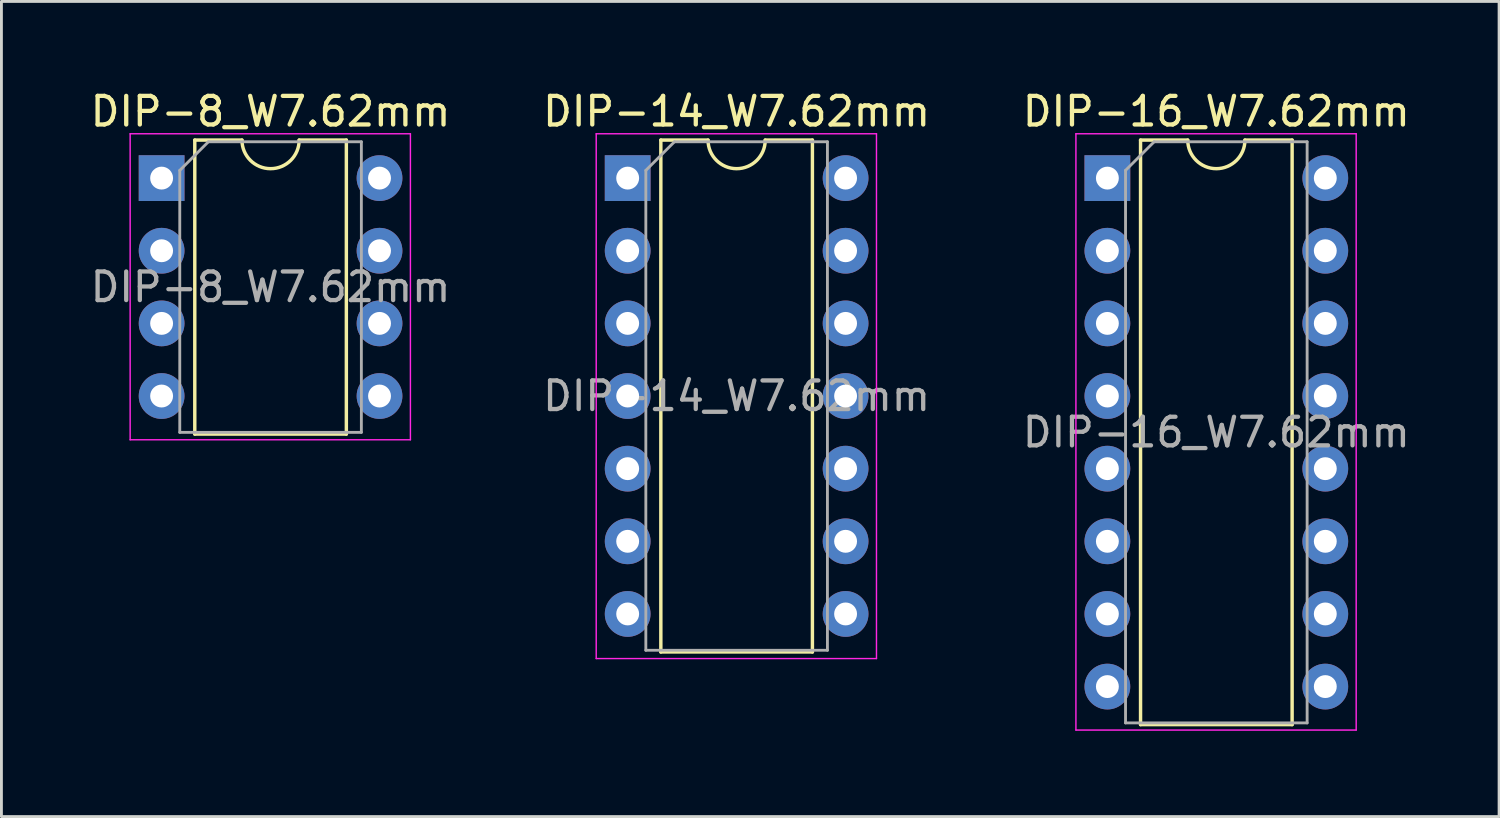
<source format=kicad_pcb>
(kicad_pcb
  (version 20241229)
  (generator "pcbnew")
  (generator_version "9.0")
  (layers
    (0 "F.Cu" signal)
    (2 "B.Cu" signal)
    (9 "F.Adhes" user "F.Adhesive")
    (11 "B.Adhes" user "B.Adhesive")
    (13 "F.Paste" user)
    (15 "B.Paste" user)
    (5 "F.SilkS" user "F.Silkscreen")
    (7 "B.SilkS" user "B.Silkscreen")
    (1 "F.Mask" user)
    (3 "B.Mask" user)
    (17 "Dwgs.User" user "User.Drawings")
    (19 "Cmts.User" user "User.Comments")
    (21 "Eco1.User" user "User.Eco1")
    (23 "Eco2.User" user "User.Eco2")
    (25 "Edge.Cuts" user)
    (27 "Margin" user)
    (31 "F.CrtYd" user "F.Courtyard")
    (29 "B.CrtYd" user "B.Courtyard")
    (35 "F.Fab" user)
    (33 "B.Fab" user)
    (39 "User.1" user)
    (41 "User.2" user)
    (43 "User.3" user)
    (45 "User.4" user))
  (footprint "DIP-14_W7.62mm"
    (layer "F.Cu")
    (at 18.898 3.178)
    (property "Reference" "DIP-14_W7.62mm" (at 3.81 -2.33 0) (layer "F.SilkS") (effects (font (size 1 1) (thickness 0.15))))
    (attr through_hole)
    (fp_line (start 1.16 -1.33) (end 1.16 16.57) (stroke (width 0.12) (type solid)) (layer "F.SilkS"))
    (fp_line (start 1.16 16.57) (end 6.46 16.57) (stroke (width 0.12) (type solid)) (layer "F.SilkS"))
    (fp_line (start 2.81 -1.33) (end 1.16 -1.33) (stroke (width 0.12) (type solid)) (layer "F.SilkS"))
    (fp_line (start 6.46 -1.33) (end 4.81 -1.33) (stroke (width 0.12) (type solid)) (layer "F.SilkS"))
    (fp_line (start 6.46 16.57) (end 6.46 -1.33) (stroke (width 0.12) (type solid)) (layer "F.SilkS"))
    (fp_arc (start 4.81 -1.33) (mid 3.81 -0.33) (end 2.81 -1.33) (stroke (width 0.12) (type solid)) (layer "F.SilkS"))
    (fp_line (start -1.1 -1.55) (end -1.1 16.8) (stroke (width 0.05) (type solid)) (layer "F.CrtYd"))
    (fp_line (start -1.1 16.8) (end 8.7 16.8) (stroke (width 0.05) (type solid)) (layer "F.CrtYd"))
    (fp_line (start 8.7 -1.55) (end -1.1 -1.55) (stroke (width 0.05) (type solid)) (layer "F.CrtYd"))
    (fp_line (start 8.7 16.8) (end 8.7 -1.55) (stroke (width 0.05) (type solid)) (layer "F.CrtYd"))
    (fp_line (start 0.635 -0.27) (end 1.635 -1.27) (stroke (width 0.1) (type solid)) (layer "F.Fab"))
    (fp_line (start 0.635 16.51) (end 0.635 -0.27) (stroke (width 0.1) (type solid)) (layer "F.Fab"))
    (fp_line (start 1.635 -1.27) (end 6.985 -1.27) (stroke (width 0.1) (type solid)) (layer "F.Fab"))
    (fp_line (start 6.985 -1.27) (end 6.985 16.51) (stroke (width 0.1) (type solid)) (layer "F.Fab"))
    (fp_line (start 6.985 16.51) (end 0.635 16.51) (stroke (width 0.1) (type solid)) (layer "F.Fab"))
    (fp_text user "${REFERENCE}" (at 3.81 7.62 0) (layer "F.Fab") (effects (font (size 1 1) (thickness 0.15))))
    (pad "1" thru_hole rect (at 0 0) (size 1.6 1.6) (drill 0.8) (layers "*.Cu" "*.Mask"))
    (pad "2" thru_hole oval (at 0 2.54) (size 1.6 1.6) (drill 0.8) (layers "*.Cu" "*.Mask"))
    (pad "3" thru_hole oval (at 0 5.08) (size 1.6 1.6) (drill 0.8) (layers "*.Cu" "*.Mask"))
    (pad "4" thru_hole oval (at 0 7.62) (size 1.6 1.6) (drill 0.8) (layers "*.Cu" "*.Mask"))
    (pad "5" thru_hole oval (at 0 10.16) (size 1.6 1.6) (drill 0.8) (layers "*.Cu" "*.Mask"))
    (pad "6" thru_hole oval (at 0 12.7) (size 1.6 1.6) (drill 0.8) (layers "*.Cu" "*.Mask"))
    (pad "7" thru_hole oval (at 0 15.24) (size 1.6 1.6) (drill 0.8) (layers "*.Cu" "*.Mask"))
    (pad "8" thru_hole oval (at 7.62 15.24) (size 1.6 1.6) (drill 0.8) (layers "*.Cu" "*.Mask"))
    (pad "9" thru_hole oval (at 7.62 12.7) (size 1.6 1.6) (drill 0.8) (layers "*.Cu" "*.Mask"))
    (pad "10" thru_hole oval (at 7.62 10.16) (size 1.6 1.6) (drill 0.8) (layers "*.Cu" "*.Mask"))
    (pad "11" thru_hole oval (at 7.62 7.62) (size 1.6 1.6) (drill 0.8) (layers "*.Cu" "*.Mask"))
    (pad "12" thru_hole oval (at 7.62 5.08) (size 1.6 1.6) (drill 0.8) (layers "*.Cu" "*.Mask"))
    (pad "13" thru_hole oval (at 7.62 2.54) (size 1.6 1.6) (drill 0.8) (layers "*.Cu" "*.Mask"))
    (pad "14" thru_hole oval (at 7.62 0) (size 1.6 1.6) (drill 0.8) (layers "*.Cu" "*.Mask")))
  (footprint "DIP-16_W7.62mm"
    (layer "F.Cu")
    (at 35.672 3.178)
    (property "Reference" "DIP-16_W7.62mm" (at 3.81 -2.33 0) (layer "F.SilkS") (effects (font (size 1 1) (thickness 0.15))))
    (attr through_hole)
    (fp_line (start 1.16 -1.33) (end 1.16 19.11) (stroke (width 0.12) (type solid)) (layer "F.SilkS"))
    (fp_line (start 1.16 19.11) (end 6.46 19.11) (stroke (width 0.12) (type solid)) (layer "F.SilkS"))
    (fp_line (start 2.81 -1.33) (end 1.16 -1.33) (stroke (width 0.12) (type solid)) (layer "F.SilkS"))
    (fp_line (start 6.46 -1.33) (end 4.81 -1.33) (stroke (width 0.12) (type solid)) (layer "F.SilkS"))
    (fp_line (start 6.46 19.11) (end 6.46 -1.33) (stroke (width 0.12) (type solid)) (layer "F.SilkS"))
    (fp_arc (start 4.81 -1.33) (mid 3.81 -0.33) (end 2.81 -1.33) (stroke (width 0.12) (type solid)) (layer "F.SilkS"))
    (fp_line (start -1.1 -1.55) (end -1.1 19.3) (stroke (width 0.05) (type solid)) (layer "F.CrtYd"))
    (fp_line (start -1.1 19.3) (end 8.7 19.3) (stroke (width 0.05) (type solid)) (layer "F.CrtYd"))
    (fp_line (start 8.7 -1.55) (end -1.1 -1.55) (stroke (width 0.05) (type solid)) (layer "F.CrtYd"))
    (fp_line (start 8.7 19.3) (end 8.7 -1.55) (stroke (width 0.05) (type solid)) (layer "F.CrtYd"))
    (fp_line (start 0.635 -0.27) (end 1.635 -1.27) (stroke (width 0.1) (type solid)) (layer "F.Fab"))
    (fp_line (start 0.635 19.05) (end 0.635 -0.27) (stroke (width 0.1) (type solid)) (layer "F.Fab"))
    (fp_line (start 1.635 -1.27) (end 6.985 -1.27) (stroke (width 0.1) (type solid)) (layer "F.Fab"))
    (fp_line (start 6.985 -1.27) (end 6.985 19.05) (stroke (width 0.1) (type solid)) (layer "F.Fab"))
    (fp_line (start 6.985 19.05) (end 0.635 19.05) (stroke (width 0.1) (type solid)) (layer "F.Fab"))
    (fp_text user "${REFERENCE}" (at 3.81 8.89 0) (layer "F.Fab") (effects (font (size 1 1) (thickness 0.15))))
    (pad "1" thru_hole rect (at 0 0) (size 1.6 1.6) (drill 0.8) (layers "*.Cu" "*.Mask"))
    (pad "2" thru_hole oval (at 0 2.54) (size 1.6 1.6) (drill 0.8) (layers "*.Cu" "*.Mask"))
    (pad "3" thru_hole oval (at 0 5.08) (size 1.6 1.6) (drill 0.8) (layers "*.Cu" "*.Mask"))
    (pad "4" thru_hole oval (at 0 7.62) (size 1.6 1.6) (drill 0.8) (layers "*.Cu" "*.Mask"))
    (pad "5" thru_hole oval (at 0 10.16) (size 1.6 1.6) (drill 0.8) (layers "*.Cu" "*.Mask"))
    (pad "6" thru_hole oval (at 0 12.7) (size 1.6 1.6) (drill 0.8) (layers "*.Cu" "*.Mask"))
    (pad "7" thru_hole oval (at 0 15.24) (size 1.6 1.6) (drill 0.8) (layers "*.Cu" "*.Mask"))
    (pad "8" thru_hole oval (at 0 17.78) (size 1.6 1.6) (drill 0.8) (layers "*.Cu" "*.Mask"))
    (pad "9" thru_hole oval (at 7.62 17.78) (size 1.6 1.6) (drill 0.8) (layers "*.Cu" "*.Mask"))
    (pad "10" thru_hole oval (at 7.62 15.24) (size 1.6 1.6) (drill 0.8) (layers "*.Cu" "*.Mask"))
    (pad "11" thru_hole oval (at 7.62 12.7) (size 1.6 1.6) (drill 0.8) (layers "*.Cu" "*.Mask"))
    (pad "12" thru_hole oval (at 7.62 10.16) (size 1.6 1.6) (drill 0.8) (layers "*.Cu" "*.Mask"))
    (pad "13" thru_hole oval (at 7.62 7.62) (size 1.6 1.6) (drill 0.8) (layers "*.Cu" "*.Mask"))
    (pad "14" thru_hole oval (at 7.62 5.08) (size 1.6 1.6) (drill 0.8) (layers "*.Cu" "*.Mask"))
    (pad "15" thru_hole oval (at 7.62 2.54) (size 1.6 1.6) (drill 0.8) (layers "*.Cu" "*.Mask"))
    (pad "16" thru_hole oval (at 7.62 0) (size 1.6 1.6) (drill 0.8) (layers "*.Cu" "*.Mask")))
  (footprint "DIP-8_W7.62mm"
    (layer "F.Cu")
    (at 2.601 3.178)
    (property "Reference" "DIP-8_W7.62mm" (at 3.81 -2.33 0) (layer "F.SilkS") (effects (font (size 1 1) (thickness 0.15))))
    (attr through_hole)
    (fp_line (start 1.16 -1.33) (end 1.16 8.95) (stroke (width 0.12) (type solid)) (layer "F.SilkS"))
    (fp_line (start 1.16 8.95) (end 6.46 8.95) (stroke (width 0.12) (type solid)) (layer "F.SilkS"))
    (fp_line (start 2.81 -1.33) (end 1.16 -1.33) (stroke (width 0.12) (type solid)) (layer "F.SilkS"))
    (fp_line (start 6.46 -1.33) (end 4.81 -1.33) (stroke (width 0.12) (type solid)) (layer "F.SilkS"))
    (fp_line (start 6.46 8.95) (end 6.46 -1.33) (stroke (width 0.12) (type solid)) (layer "F.SilkS"))
    (fp_arc (start 4.81 -1.33) (mid 3.81 -0.33) (end 2.81 -1.33) (stroke (width 0.12) (type solid)) (layer "F.SilkS"))
    (fp_line (start -1.1 -1.55) (end -1.1 9.15) (stroke (width 0.05) (type solid)) (layer "F.CrtYd"))
    (fp_line (start -1.1 9.15) (end 8.7 9.15) (stroke (width 0.05) (type solid)) (layer "F.CrtYd"))
    (fp_line (start 8.7 -1.55) (end -1.1 -1.55) (stroke (width 0.05) (type solid)) (layer "F.CrtYd"))
    (fp_line (start 8.7 9.15) (end 8.7 -1.55) (stroke (width 0.05) (type solid)) (layer "F.CrtYd"))
    (fp_line (start 0.635 -0.27) (end 1.635 -1.27) (stroke (width 0.1) (type solid)) (layer "F.Fab"))
    (fp_line (start 0.635 8.89) (end 0.635 -0.27) (stroke (width 0.1) (type solid)) (layer "F.Fab"))
    (fp_line (start 1.635 -1.27) (end 6.985 -1.27) (stroke (width 0.1) (type solid)) (layer "F.Fab"))
    (fp_line (start 6.985 -1.27) (end 6.985 8.89) (stroke (width 0.1) (type solid)) (layer "F.Fab"))
    (fp_line (start 6.985 8.89) (end 0.635 8.89) (stroke (width 0.1) (type solid)) (layer "F.Fab"))
    (fp_text user "${REFERENCE}" (at 3.81 3.81 0) (layer "F.Fab") (effects (font (size 1 1) (thickness 0.15))))
    (pad "1" thru_hole rect (at 0 0) (size 1.6 1.6) (drill 0.8) (layers "*.Cu" "*.Mask"))
    (pad "2" thru_hole oval (at 0 2.54) (size 1.6 1.6) (drill 0.8) (layers "*.Cu" "*.Mask"))
    (pad "3" thru_hole oval (at 0 5.08) (size 1.6 1.6) (drill 0.8) (layers "*.Cu" "*.Mask"))
    (pad "4" thru_hole oval (at 0 7.62) (size 1.6 1.6) (drill 0.8) (layers "*.Cu" "*.Mask"))
    (pad "5" thru_hole oval (at 7.62 7.62) (size 1.6 1.6) (drill 0.8) (layers "*.Cu" "*.Mask"))
    (pad "6" thru_hole oval (at 7.62 5.08) (size 1.6 1.6) (drill 0.8) (layers "*.Cu" "*.Mask"))
    (pad "7" thru_hole oval (at 7.62 2.54) (size 1.6 1.6) (drill 0.8) (layers "*.Cu" "*.Mask"))
    (pad "8" thru_hole oval (at 7.62 0) (size 1.6 1.6) (drill 0.8) (layers "*.Cu" "*.Mask")))
  (gr_rect
    (start -3 -3)
    (end 49.369 25.503)
    (stroke (width 0.1) (type default))
    (fill no)
    (layer "Edge.Cuts")))
</source>
